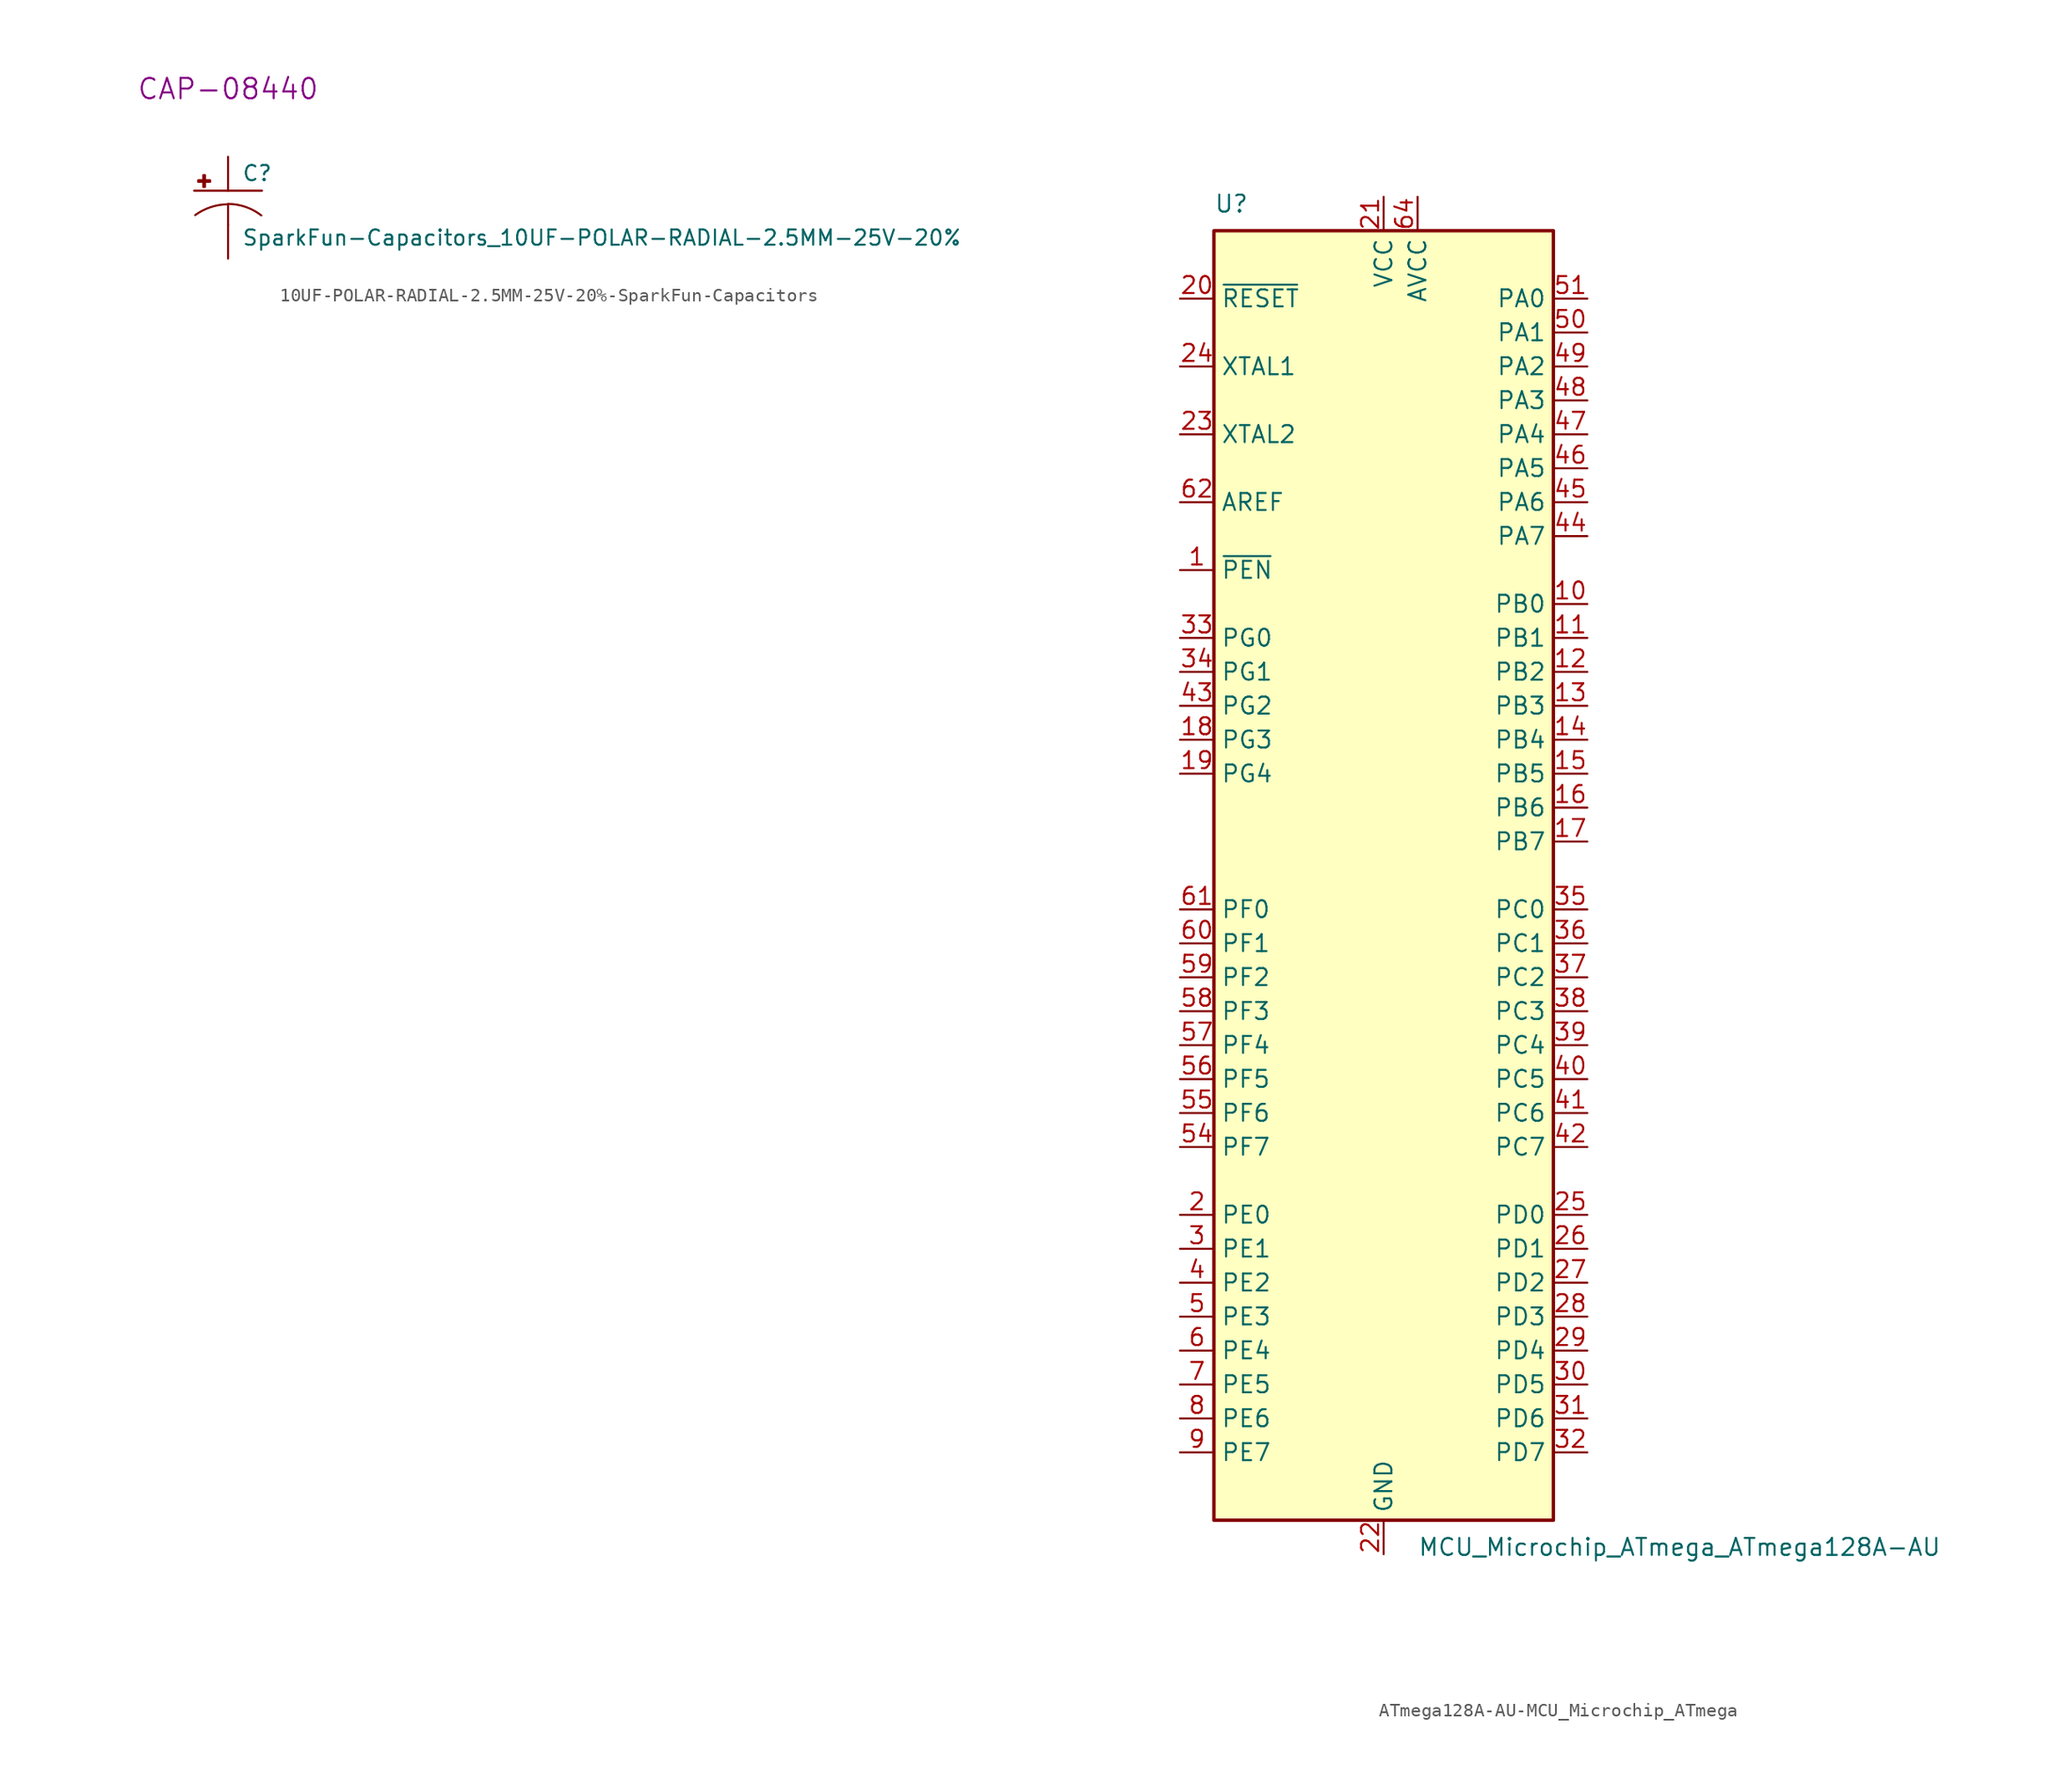
<source format=kicad_sym>
(kicad_symbol_lib
  (version 20220914)
  (generator kicad_symbol_editor)
  (symbol "10UF-POLAR-RADIAL-2.5MM-25V-20%-SparkFun-Capacitors"
    (pin_numbers hide)
    (pin_names
      (offset 1.016) hide)
    (property "Reference" "C"
      (at 1.016 0.635 0)
      (effects (font (size 1.143 1.143)) (justify left bottom)))
    (property "Value" "SparkFun-Capacitors_10UF-POLAR-RADIAL-2.5MM-25V-20%"
      (at 1.016 -4.191 0)
      (effects (font (size 1.143 1.143)) (justify left bottom)))
    (property "Field4" "CAP-08440"
      (at 0 7.62 0)
      (effects (font (size 1.524 1.524))))
    (property "ki_locked" ""
      (at 0 0 0)
      (effects (font (size 1.27 1.27))))
    (symbol "10UF-POLAR-RADIAL-2.5MM-25V-20%-SparkFun-Capacitors_1_0"
      (polyline (pts (xy -2.54 0) (xy 2.54 0)) (stroke (width 0) (type solid)) (fill (type none)))
      (polyline (pts (xy 0 -1.016) (xy 0 -2.54)) (stroke (width 0) (type solid)) (fill (type none))))
    (symbol "10UF-POLAR-RADIAL-2.5MM-25V-20%-SparkFun-Capacitors_1_1"
      (rectangle (start -2.235 0.66) (end -1.346 0.787) (stroke (width 0) (type solid)) (fill (type outline)))
      (rectangle (start -1.854 0.279) (end -1.727 1.168) (stroke (width 0) (type solid)) (fill (type outline)))
      (arc (start 0 -1.016) (mid -1.2939 -1.2289) (end -2.4638 -1.8288) (stroke (width 0) (type solid)) (fill (type none)))
      (arc (start 2.4892 -1.8542) (mid 1.3167 -1.2157) (end 0 -0.9906) (stroke (width 0) (type solid)) (fill (type none)))
      (pin passive line (at 0 2.54 270) (length 2.54) (name "+" (effects (font (size 1.016 1.016)))) (number "1" (effects (font (size 1.016 1.016)))))
      (pin passive line (at 0 -5.08 90) (length 2.54) (name "-" (effects (font (size 1.016 1.016)))) (number "2" (effects (font (size 1.016 1.016)))))))
  (symbol "ATmega128A-AU-MCU_Microchip_ATmega"
    (property "Reference" "U"
      (at -12.7 49.53 0)
      (effects (font (size 1.27 1.27)) (justify left bottom)))
    (property "Value" "MCU_Microchip_ATmega_ATmega128A-AU"
      (at 2.54 -49.53 0)
      (effects (font (size 1.27 1.27)) (justify left top)))
    (symbol "ATmega128A-AU-MCU_Microchip_ATmega_0_1"
      (rectangle (start -12.7 -48.26) (end 12.7 48.26) (stroke (width 0.254) (type solid)) (fill (type background))))
    (symbol "ATmega128A-AU-MCU_Microchip_ATmega_1_1"
      (pin input line (at -15.24 22.86 0) (length 2.54) (name "~{PEN}" (effects (font (size 1.27 1.27)))) (number "1" (effects (font (size 1.27 1.27)))))
      (pin bidirectional line (at 15.24 20.32 180) (length 2.54) (name "PB0" (effects (font (size 1.27 1.27)))) (number "10" (effects (font (size 1.27 1.27)))))
      (pin bidirectional line (at 15.24 17.78 180) (length 2.54) (name "PB1" (effects (font (size 1.27 1.27)))) (number "11" (effects (font (size 1.27 1.27)))))
      (pin bidirectional line (at 15.24 15.24 180) (length 2.54) (name "PB2" (effects (font (size 1.27 1.27)))) (number "12" (effects (font (size 1.27 1.27)))))
      (pin bidirectional line (at 15.24 12.7 180) (length 2.54) (name "PB3" (effects (font (size 1.27 1.27)))) (number "13" (effects (font (size 1.27 1.27)))))
      (pin bidirectional line (at 15.24 10.16 180) (length 2.54) (name "PB4" (effects (font (size 1.27 1.27)))) (number "14" (effects (font (size 1.27 1.27)))))
      (pin bidirectional line (at 15.24 7.62 180) (length 2.54) (name "PB5" (effects (font (size 1.27 1.27)))) (number "15" (effects (font (size 1.27 1.27)))))
      (pin bidirectional line (at 15.24 5.08 180) (length 2.54) (name "PB6" (effects (font (size 1.27 1.27)))) (number "16" (effects (font (size 1.27 1.27)))))
      (pin bidirectional line (at 15.24 2.54 180) (length 2.54) (name "PB7" (effects (font (size 1.27 1.27)))) (number "17" (effects (font (size 1.27 1.27)))))
      (pin bidirectional line (at -15.24 10.16 0) (length 2.54) (name "PG3" (effects (font (size 1.27 1.27)))) (number "18" (effects (font (size 1.27 1.27)))))
      (pin bidirectional line (at -15.24 7.62 0) (length 2.54) (name "PG4" (effects (font (size 1.27 1.27)))) (number "19" (effects (font (size 1.27 1.27)))))
      (pin bidirectional line (at -15.24 -25.4 0) (length 2.54) (name "PE0" (effects (font (size 1.27 1.27)))) (number "2" (effects (font (size 1.27 1.27)))))
      (pin input line (at -15.24 43.18 0) (length 2.54) (name "~{RESET}" (effects (font (size 1.27 1.27)))) (number "20" (effects (font (size 1.27 1.27)))))
      (pin power_in line (at 0 50.8 270) (length 2.54) (name "VCC" (effects (font (size 1.27 1.27)))) (number "21" (effects (font (size 1.27 1.27)))))
      (pin power_in line (at 0 -50.8 90) (length 2.54) (name "GND" (effects (font (size 1.27 1.27)))) (number "22" (effects (font (size 1.27 1.27)))))
      (pin output line (at -15.24 33.02 0) (length 2.54) (name "XTAL2" (effects (font (size 1.27 1.27)))) (number "23" (effects (font (size 1.27 1.27)))))
      (pin input line (at -15.24 38.1 0) (length 2.54) (name "XTAL1" (effects (font (size 1.27 1.27)))) (number "24" (effects (font (size 1.27 1.27)))))
      (pin bidirectional line (at 15.24 -25.4 180) (length 2.54) (name "PD0" (effects (font (size 1.27 1.27)))) (number "25" (effects (font (size 1.27 1.27)))))
      (pin bidirectional line (at 15.24 -27.94 180) (length 2.54) (name "PD1" (effects (font (size 1.27 1.27)))) (number "26" (effects (font (size 1.27 1.27)))))
      (pin bidirectional line (at 15.24 -30.48 180) (length 2.54) (name "PD2" (effects (font (size 1.27 1.27)))) (number "27" (effects (font (size 1.27 1.27)))))
      (pin bidirectional line (at 15.24 -33.02 180) (length 2.54) (name "PD3" (effects (font (size 1.27 1.27)))) (number "28" (effects (font (size 1.27 1.27)))))
      (pin bidirectional line (at 15.24 -35.56 180) (length 2.54) (name "PD4" (effects (font (size 1.27 1.27)))) (number "29" (effects (font (size 1.27 1.27)))))
      (pin bidirectional line (at -15.24 -27.94 0) (length 2.54) (name "PE1" (effects (font (size 1.27 1.27)))) (number "3" (effects (font (size 1.27 1.27)))))
      (pin bidirectional line (at 15.24 -38.1 180) (length 2.54) (name "PD5" (effects (font (size 1.27 1.27)))) (number "30" (effects (font (size 1.27 1.27)))))
      (pin bidirectional line (at 15.24 -40.64 180) (length 2.54) (name "PD6" (effects (font (size 1.27 1.27)))) (number "31" (effects (font (size 1.27 1.27)))))
      (pin bidirectional line (at 15.24 -43.18 180) (length 2.54) (name "PD7" (effects (font (size 1.27 1.27)))) (number "32" (effects (font (size 1.27 1.27)))))
      (pin bidirectional line (at -15.24 17.78 0) (length 2.54) (name "PG0" (effects (font (size 1.27 1.27)))) (number "33" (effects (font (size 1.27 1.27)))))
      (pin bidirectional line (at -15.24 15.24 0) (length 2.54) (name "PG1" (effects (font (size 1.27 1.27)))) (number "34" (effects (font (size 1.27 1.27)))))
      (pin bidirectional line (at 15.24 -2.54 180) (length 2.54) (name "PC0" (effects (font (size 1.27 1.27)))) (number "35" (effects (font (size 1.27 1.27)))))
      (pin bidirectional line (at 15.24 -5.08 180) (length 2.54) (name "PC1" (effects (font (size 1.27 1.27)))) (number "36" (effects (font (size 1.27 1.27)))))
      (pin bidirectional line (at 15.24 -7.62 180) (length 2.54) (name "PC2" (effects (font (size 1.27 1.27)))) (number "37" (effects (font (size 1.27 1.27)))))
      (pin bidirectional line (at 15.24 -10.16 180) (length 2.54) (name "PC3" (effects (font (size 1.27 1.27)))) (number "38" (effects (font (size 1.27 1.27)))))
      (pin bidirectional line (at 15.24 -12.7 180) (length 2.54) (name "PC4" (effects (font (size 1.27 1.27)))) (number "39" (effects (font (size 1.27 1.27)))))
      (pin bidirectional line (at -15.24 -30.48 0) (length 2.54) (name "PE2" (effects (font (size 1.27 1.27)))) (number "4" (effects (font (size 1.27 1.27)))))
      (pin bidirectional line (at 15.24 -15.24 180) (length 2.54) (name "PC5" (effects (font (size 1.27 1.27)))) (number "40" (effects (font (size 1.27 1.27)))))
      (pin bidirectional line (at 15.24 -17.78 180) (length 2.54) (name "PC6" (effects (font (size 1.27 1.27)))) (number "41" (effects (font (size 1.27 1.27)))))
      (pin bidirectional line (at 15.24 -20.32 180) (length 2.54) (name "PC7" (effects (font (size 1.27 1.27)))) (number "42" (effects (font (size 1.27 1.27)))))
      (pin bidirectional line (at -15.24 12.7 0) (length 2.54) (name "PG2" (effects (font (size 1.27 1.27)))) (number "43" (effects (font (size 1.27 1.27)))))
      (pin bidirectional line (at 15.24 25.4 180) (length 2.54) (name "PA7" (effects (font (size 1.27 1.27)))) (number "44" (effects (font (size 1.27 1.27)))))
      (pin bidirectional line (at 15.24 27.94 180) (length 2.54) (name "PA6" (effects (font (size 1.27 1.27)))) (number "45" (effects (font (size 1.27 1.27)))))
      (pin bidirectional line (at 15.24 30.48 180) (length 2.54) (name "PA5" (effects (font (size 1.27 1.27)))) (number "46" (effects (font (size 1.27 1.27)))))
      (pin bidirectional line (at 15.24 33.02 180) (length 2.54) (name "PA4" (effects (font (size 1.27 1.27)))) (number "47" (effects (font (size 1.27 1.27)))))
      (pin bidirectional line (at 15.24 35.56 180) (length 2.54) (name "PA3" (effects (font (size 1.27 1.27)))) (number "48" (effects (font (size 1.27 1.27)))))
      (pin bidirectional line (at 15.24 38.1 180) (length 2.54) (name "PA2" (effects (font (size 1.27 1.27)))) (number "49" (effects (font (size 1.27 1.27)))))
      (pin bidirectional line (at -15.24 -33.02 0) (length 2.54) (name "PE3" (effects (font (size 1.27 1.27)))) (number "5" (effects (font (size 1.27 1.27)))))
      (pin bidirectional line (at 15.24 40.64 180) (length 2.54) (name "PA1" (effects (font (size 1.27 1.27)))) (number "50" (effects (font (size 1.27 1.27)))))
      (pin bidirectional line (at 15.24 43.18 180) (length 2.54) (name "PA0" (effects (font (size 1.27 1.27)))) (number "51" (effects (font (size 1.27 1.27)))))
      (pin passive line (at 0 50.8 270) (length 2.54) hide (name "VCC" (effects (font (size 1.27 1.27)))) (number "52" (effects (font (size 1.27 1.27)))))
      (pin passive line (at 0 -50.8 90) (length 2.54) hide (name "GND" (effects (font (size 1.27 1.27)))) (number "53" (effects (font (size 1.27 1.27)))))
      (pin bidirectional line (at -15.24 -20.32 0) (length 2.54) (name "PF7" (effects (font (size 1.27 1.27)))) (number "54" (effects (font (size 1.27 1.27)))))
      (pin bidirectional line (at -15.24 -17.78 0) (length 2.54) (name "PF6" (effects (font (size 1.27 1.27)))) (number "55" (effects (font (size 1.27 1.27)))))
      (pin bidirectional line (at -15.24 -15.24 0) (length 2.54) (name "PF5" (effects (font (size 1.27 1.27)))) (number "56" (effects (font (size 1.27 1.27)))))
      (pin bidirectional line (at -15.24 -12.7 0) (length 2.54) (name "PF4" (effects (font (size 1.27 1.27)))) (number "57" (effects (font (size 1.27 1.27)))))
      (pin bidirectional line (at -15.24 -10.16 0) (length 2.54) (name "PF3" (effects (font (size 1.27 1.27)))) (number "58" (effects (font (size 1.27 1.27)))))
      (pin bidirectional line (at -15.24 -7.62 0) (length 2.54) (name "PF2" (effects (font (size 1.27 1.27)))) (number "59" (effects (font (size 1.27 1.27)))))
      (pin bidirectional line (at -15.24 -35.56 0) (length 2.54) (name "PE4" (effects (font (size 1.27 1.27)))) (number "6" (effects (font (size 1.27 1.27)))))
      (pin bidirectional line (at -15.24 -5.08 0) (length 2.54) (name "PF1" (effects (font (size 1.27 1.27)))) (number "60" (effects (font (size 1.27 1.27)))))
      (pin bidirectional line (at -15.24 -2.54 0) (length 2.54) (name "PF0" (effects (font (size 1.27 1.27)))) (number "61" (effects (font (size 1.27 1.27)))))
      (pin passive line (at -15.24 27.94 0) (length 2.54) (name "AREF" (effects (font (size 1.27 1.27)))) (number "62" (effects (font (size 1.27 1.27)))))
      (pin passive line (at 0 -50.8 90) (length 2.54) hide (name "GND" (effects (font (size 1.27 1.27)))) (number "63" (effects (font (size 1.27 1.27)))))
      (pin power_in line (at 2.54 50.8 270) (length 2.54) (name "AVCC" (effects (font (size 1.27 1.27)))) (number "64" (effects (font (size 1.27 1.27)))))
      (pin bidirectional line (at -15.24 -38.1 0) (length 2.54) (name "PE5" (effects (font (size 1.27 1.27)))) (number "7" (effects (font (size 1.27 1.27)))))
      (pin bidirectional line (at -15.24 -40.64 0) (length 2.54) (name "PE6" (effects (font (size 1.27 1.27)))) (number "8" (effects (font (size 1.27 1.27)))))
      (pin bidirectional line (at -15.24 -43.18 0) (length 2.54) (name "PE7" (effects (font (size 1.27 1.27)))) (number "9" (effects (font (size 1.27 1.27))))))))
</source>
